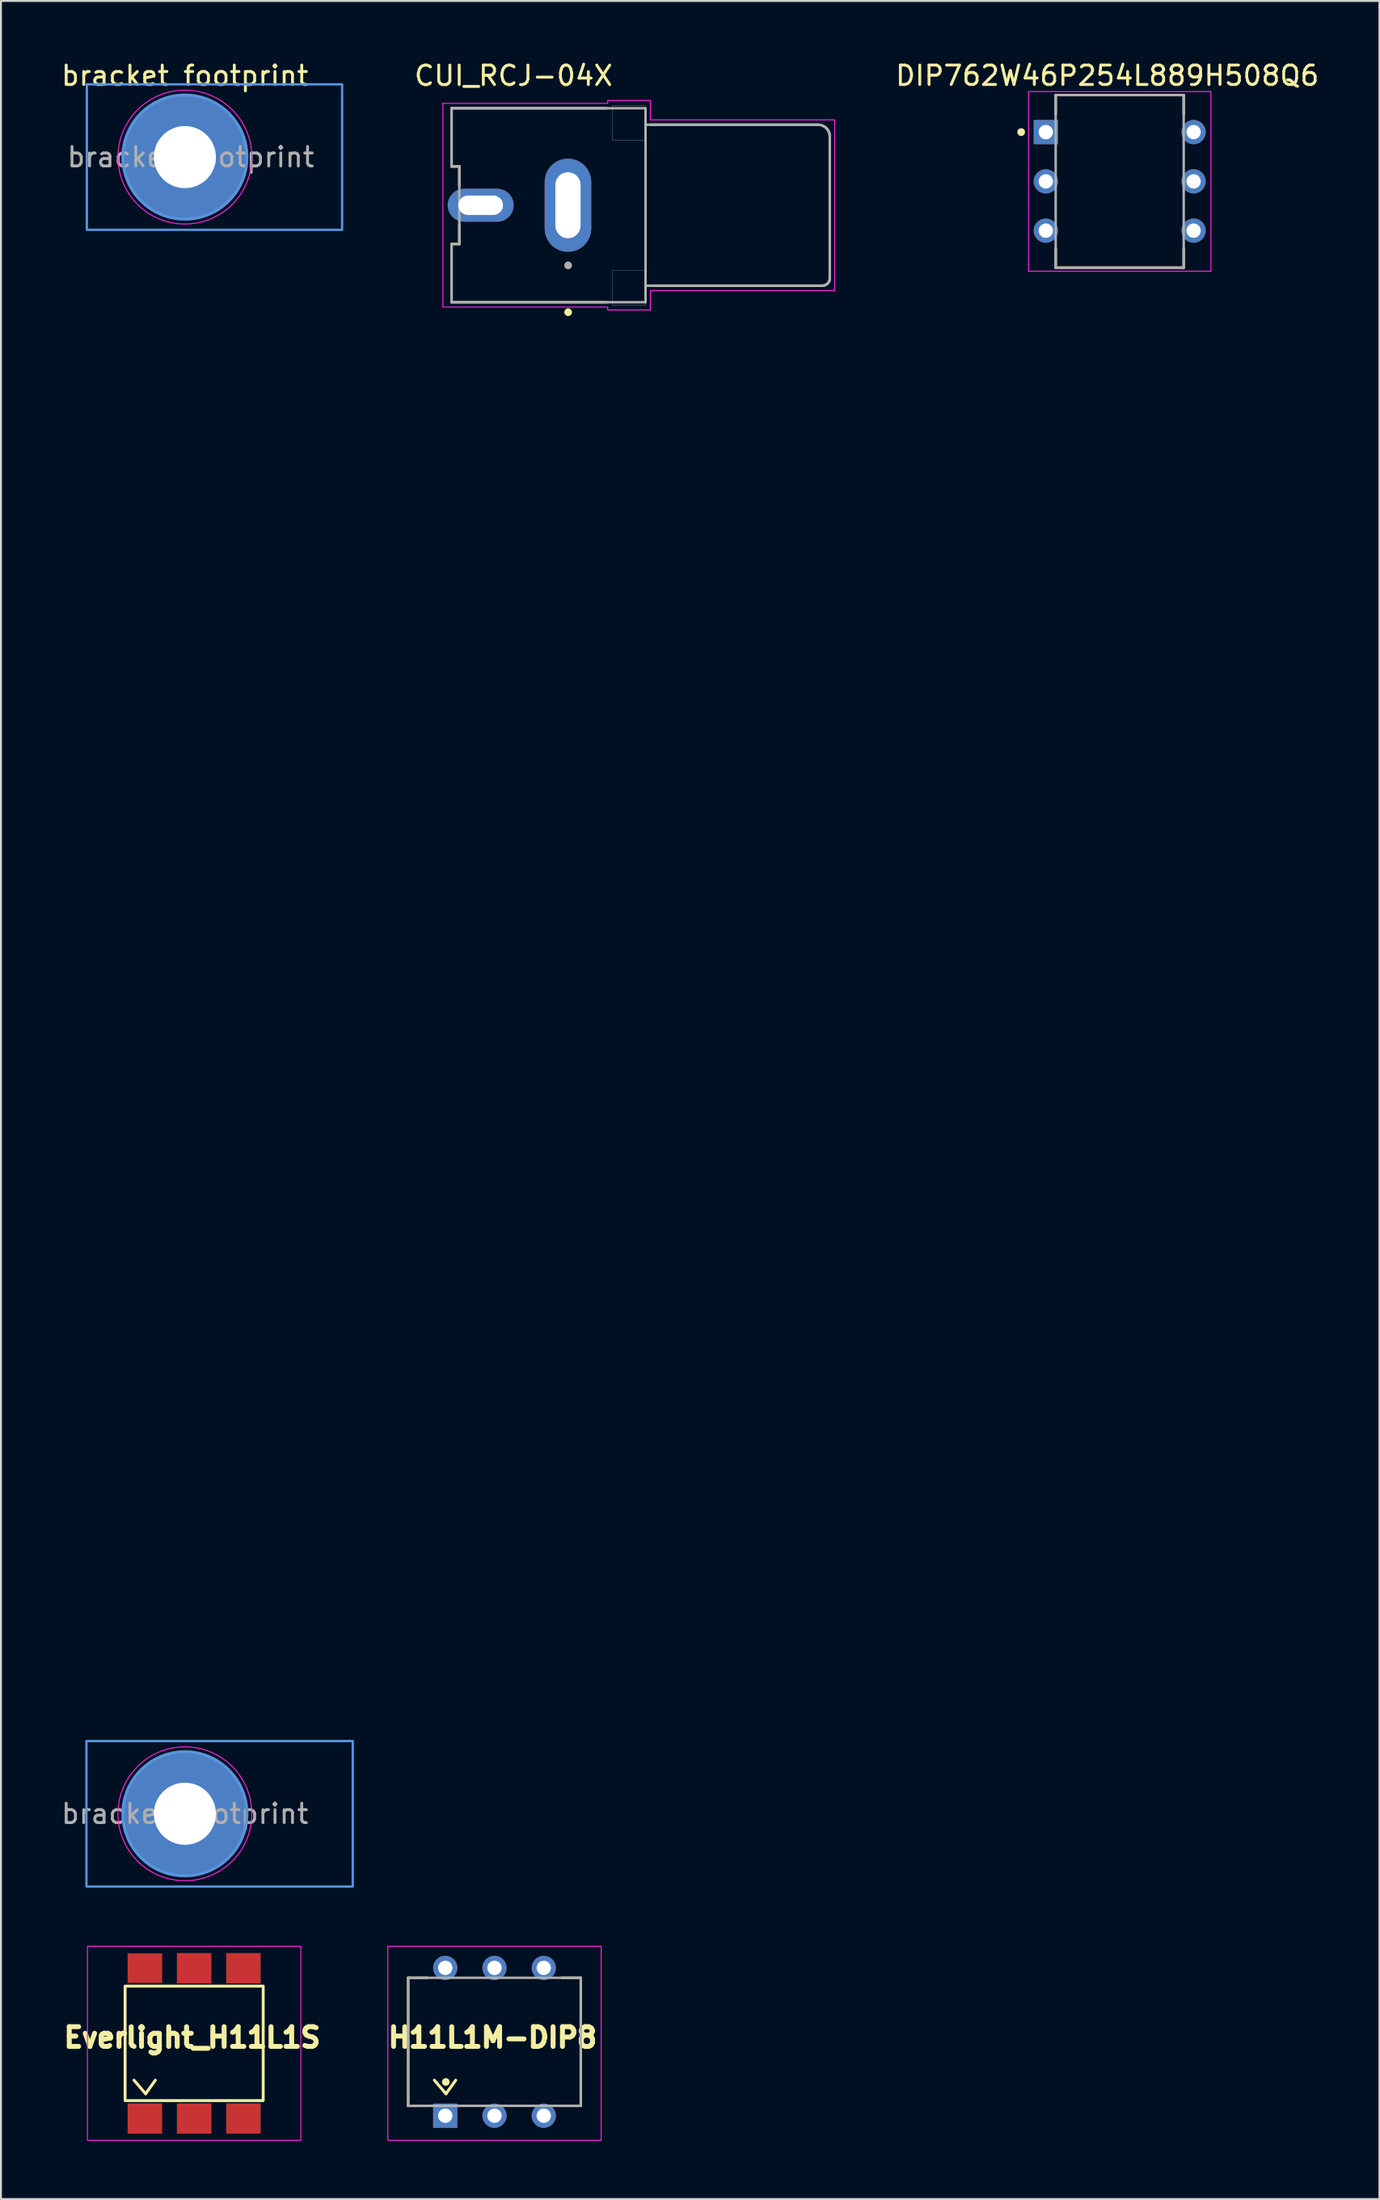
<source format=kicad_pcb>
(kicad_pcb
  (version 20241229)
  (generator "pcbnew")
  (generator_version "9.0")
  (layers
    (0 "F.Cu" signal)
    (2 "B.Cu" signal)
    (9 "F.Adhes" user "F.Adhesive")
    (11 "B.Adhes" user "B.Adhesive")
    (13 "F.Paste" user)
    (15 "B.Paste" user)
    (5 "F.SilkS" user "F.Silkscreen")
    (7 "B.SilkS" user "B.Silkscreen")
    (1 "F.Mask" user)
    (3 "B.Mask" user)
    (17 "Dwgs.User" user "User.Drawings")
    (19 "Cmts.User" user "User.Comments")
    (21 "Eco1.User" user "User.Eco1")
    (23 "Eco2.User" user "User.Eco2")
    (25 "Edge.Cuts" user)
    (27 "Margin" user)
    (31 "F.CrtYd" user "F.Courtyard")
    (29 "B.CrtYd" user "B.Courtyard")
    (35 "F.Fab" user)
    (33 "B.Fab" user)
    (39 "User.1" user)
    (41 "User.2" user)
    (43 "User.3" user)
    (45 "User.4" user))
  (footprint "Everlight_H11L1S"
    (placed yes)
    (layer "F.Cu")
    (at 6.959 102.283)
    (property "Reference" "Everlight_H11L1S" (at -0.1 -0.3 180) (layer "F.SilkS") (effects (font (size 1.016 1.016) (thickness 0.254))))
    (attr through_hole)
    (fp_line (start -3.1 1.9) (end -2.5 2.6) (stroke (width 0.15) (type solid)) (layer "F.SilkS"))
    (fp_line (start -2.5 2.6) (end -2 1.9) (stroke (width 0.15) (type solid)) (layer "F.SilkS"))
    (fp_poly (pts (xy -3.56 -2.95) (xy -3.56 2.95) (xy 3.56 2.95) (xy 3.56 -2.95)) (stroke (width 0.15) (type solid)) (fill no) (layer "F.SilkS"))
    (fp_rect (start -5.5 -5) (end 5.5 5) (stroke (width 0.05) (type solid)) (fill no) (layer "F.CrtYd"))
    (pad "1" smd rect (at -2.54 3.875) (size 1.78 1.56) (layers "F.Cu" "F.Mask" "F.Paste"))
    (pad "2" smd rect (at 0 3.875) (size 1.78 1.56) (layers "F.Cu" "F.Mask" "F.Paste"))
    (pad "3" smd rect (at 2.54 3.875) (size 1.78 1.56) (layers "F.Cu" "F.Mask" "F.Paste"))
    (pad "4" smd rect (at 2.54 -3.875) (size 1.78 1.56) (layers "F.Cu" "F.Mask" "F.Paste"))
    (pad "5" smd rect (at 0 -3.875) (size 1.78 1.56) (layers "F.Cu" "F.Mask" "F.Paste"))
    (pad "6" smd rect (at -2.54 -3.875) (size 1.78 1.52) (layers "F.Cu" "F.Mask" "F.Paste")))
  (footprint "DIP762W46P254L889H508Q6"
    (layer "F.Cu")
    (at 54.676 6.3)
    (property "Reference" "DIP762W46P254L889H508Q6" (at -0.64 -5.452 0) (layer "F.SilkS") (effects (font (size 1 1) (thickness 0.15))))
    (attr through_hole)
    (fp_line (start -3.3 -4.45) (end 3.3 -4.45) (stroke (width 0.127) (type solid)) (layer "F.SilkS"))
    (fp_line (start -3.3 -3.45) (end -3.3 -4.45) (stroke (width 0.127) (type solid)) (layer "F.SilkS"))
    (fp_line (start -3.3 3.45) (end -3.3 4.45) (stroke (width 0.127) (type solid)) (layer "F.SilkS"))
    (fp_line (start -3.3 4.45) (end 3.3 4.45) (stroke (width 0.127) (type solid)) (layer "F.SilkS"))
    (fp_line (start 3.3 -4.45) (end 3.3 -3.45) (stroke (width 0.127) (type solid)) (layer "F.SilkS"))
    (fp_line (start 3.3 4.45) (end 3.3 3.45) (stroke (width 0.127) (type solid)) (layer "F.SilkS"))
    (fp_circle (center -5.08 -2.54) (end -4.98 -2.54) (stroke (width 0.2) (type solid)) (fill no) (layer "F.SilkS"))
    (fp_line (start -4.7 -4.63) (end -4.7 4.63) (stroke (width 0.05) (type solid)) (layer "F.CrtYd"))
    (fp_line (start -4.7 4.63) (end 4.7 4.63) (stroke (width 0.05) (type solid)) (layer "F.CrtYd"))
    (fp_line (start 4.7 -4.63) (end -4.7 -4.63) (stroke (width 0.05) (type solid)) (layer "F.CrtYd"))
    (fp_line (start 4.7 4.63) (end 4.7 -4.63) (stroke (width 0.05) (type solid)) (layer "F.CrtYd"))
    (fp_line (start -3.3 -4.45) (end 3.3 -4.45) (stroke (width 0.127) (type solid)) (layer "F.Fab"))
    (fp_line (start -3.3 4.45) (end -3.3 -4.45) (stroke (width 0.127) (type solid)) (layer "F.Fab"))
    (fp_line (start 3.3 -4.45) (end 3.3 4.45) (stroke (width 0.127) (type solid)) (layer "F.Fab"))
    (fp_line (start 3.3 4.45) (end -3.3 4.45) (stroke (width 0.127) (type solid)) (layer "F.Fab"))
    (pad "1" thru_hole rect (at -3.81 -2.54) (size 1.248 1.248) (drill 0.74) (layers "*.Cu" "*.Mask"))
    (pad "2" thru_hole circle (at -3.81 0) (size 1.248 1.248) (drill 0.74) (layers "*.Cu" "*.Mask"))
    (pad "3" thru_hole circle (at -3.81 2.54) (size 1.248 1.248) (drill 0.74) (layers "*.Cu" "*.Mask"))
    (pad "4" thru_hole circle (at 3.81 2.54) (size 1.248 1.248) (drill 0.74) (layers "*.Cu" "*.Mask"))
    (pad "5" thru_hole circle (at 3.81 0) (size 1.248 1.248) (drill 0.74) (layers "*.Cu" "*.Mask"))
    (pad "6" thru_hole circle (at 3.81 -2.54) (size 1.248 1.248) (drill 0.74) (layers "*.Cu" "*.Mask")))
  (footprint "CUI_RCJ-04X"
    (layer "F.Cu")
    (at 30.231 7.53)
    (property "Reference" "CUI_RCJ-04X" (at -6.806 -6.678 0) (layer "F.SilkS") (effects (font (size 1.006 1.006) (thickness 0.15))))
    (attr through_hole)
    (fp_line (start -10 -5) (end -2 -5) (stroke (width 0.127) (type solid)) (layer "F.SilkS"))
    (fp_line (start -10 -2) (end -10 -5) (stroke (width 0.127) (type solid)) (layer "F.SilkS"))
    (fp_line (start -10 2) (end -9.6 2) (stroke (width 0.127) (type solid)) (layer "F.SilkS"))
    (fp_line (start -10 5) (end -10 2) (stroke (width 0.127) (type solid)) (layer "F.SilkS"))
    (fp_line (start -10 5) (end -2 5) (stroke (width 0.127) (type solid)) (layer "F.SilkS"))
    (fp_line (start -9.6 -2) (end -10 -2) (stroke (width 0.127) (type solid)) (layer "F.SilkS"))
    (fp_line (start -9.6 -1) (end -9.6 -2) (stroke (width 0.127) (type solid)) (layer "F.SilkS"))
    (fp_line (start -9.6 2) (end -9.6 1) (stroke (width 0.127) (type solid)) (layer "F.SilkS"))
    (fp_line (start 0 3) (end 0 -3) (stroke (width 0.127) (type solid)) (layer "F.SilkS"))
    (fp_line (start 0.25 -4.15) (end 8.89 -4.15) (stroke (width 0.127) (type solid)) (layer "F.SilkS"))
    (fp_line (start 9.11 4.15) (end 0.25 4.15) (stroke (width 0.127) (type solid)) (layer "F.SilkS"))
    (fp_line (start 9.5 -3.54) (end 9.5 3.76) (stroke (width 0.127) (type solid)) (layer "F.SilkS"))
    (fp_arc (start 8.89 -4.15) (mid 9.321335 -3.971335) (end 9.5 -3.54) (stroke (width 0.127) (type solid)) (layer "F.SilkS"))
    (fp_arc (start 9.5 3.76) (mid 9.385772 4.035772) (end 9.11 4.15) (stroke (width 0.127) (type solid)) (layer "F.SilkS"))
    (fp_circle (center -3.99 5.513) (end -3.89 5.513) (stroke (width 0.2) (type solid)) (fill no) (layer "F.SilkS"))
    (fp_line (start -1.7 -5.15) (end -1.7 -3.35) (stroke (width 0.01) (type solid)) (layer "Edge.Cuts"))
    (fp_line (start -1.7 -3.35) (end 0 -3.35) (stroke (width 0.01) (type solid)) (layer "Edge.Cuts"))
    (fp_line (start -1.7 3.35) (end -1.7 5.15) (stroke (width 0.01) (type solid)) (layer "Edge.Cuts"))
    (fp_line (start -1.7 5.15) (end 0 5.15) (stroke (width 0.01) (type solid)) (layer "Edge.Cuts"))
    (fp_line (start 0 -5.15) (end -1.7 -5.15) (stroke (width 0.01) (type solid)) (layer "Edge.Cuts"))
    (fp_line (start 0 -3.35) (end 0 -5.15) (stroke (width 0.01) (type solid)) (layer "Edge.Cuts"))
    (fp_line (start 0 3.35) (end -1.7 3.35) (stroke (width 0.01) (type solid)) (layer "Edge.Cuts"))
    (fp_line (start 0 5.15) (end 0 3.35) (stroke (width 0.01) (type solid)) (layer "Edge.Cuts"))
    (fp_line (start -10.45 -5.25) (end -10.45 5.25) (stroke (width 0.05) (type solid)) (layer "F.CrtYd"))
    (fp_line (start -10.45 5.25) (end -1.95 5.25) (stroke (width 0.05) (type solid)) (layer "F.CrtYd"))
    (fp_line (start -1.95 -5.4) (end -1.95 -5.25) (stroke (width 0.05) (type solid)) (layer "F.CrtYd"))
    (fp_line (start -1.95 -5.25) (end -10.45 -5.25) (stroke (width 0.05) (type solid)) (layer "F.CrtYd"))
    (fp_line (start -1.95 5.25) (end -1.95 5.4) (stroke (width 0.05) (type solid)) (layer "F.CrtYd"))
    (fp_line (start -1.95 5.4) (end 0.25 5.4) (stroke (width 0.05) (type solid)) (layer "F.CrtYd"))
    (fp_line (start 0.25 -5.4) (end -1.95 -5.4) (stroke (width 0.05) (type solid)) (layer "F.CrtYd"))
    (fp_line (start 0.25 -4.4) (end 0.25 -5.4) (stroke (width 0.05) (type solid)) (layer "F.CrtYd"))
    (fp_line (start 0.25 4.4) (end 9.75 4.4) (stroke (width 0.05) (type solid)) (layer "F.CrtYd"))
    (fp_line (start 0.25 5.4) (end 0.25 4.4) (stroke (width 0.05) (type solid)) (layer "F.CrtYd"))
    (fp_line (start 9.75 -4.4) (end 0.25 -4.4) (stroke (width 0.05) (type solid)) (layer "F.CrtYd"))
    (fp_line (start 9.75 4.4) (end 9.75 -4.4) (stroke (width 0.05) (type solid)) (layer "F.CrtYd"))
    (fp_line (start -10 -5) (end 0 -5) (stroke (width 0.127) (type solid)) (layer "F.Fab"))
    (fp_line (start -10 -2) (end -10 -5) (stroke (width 0.127) (type solid)) (layer "F.Fab"))
    (fp_line (start -10 2) (end -9.6 2) (stroke (width 0.127) (type solid)) (layer "F.Fab"))
    (fp_line (start -10 5) (end -10 2) (stroke (width 0.127) (type solid)) (layer "F.Fab"))
    (fp_line (start -9.6 -2) (end -10 -2) (stroke (width 0.127) (type solid)) (layer "F.Fab"))
    (fp_line (start -9.6 2) (end -9.6 -2) (stroke (width 0.127) (type solid)) (layer "F.Fab"))
    (fp_line (start 0 -5) (end 0 -4.15) (stroke (width 0.127) (type solid)) (layer "F.Fab"))
    (fp_line (start 0 -4.15) (end 0 4.15) (stroke (width 0.127) (type solid)) (layer "F.Fab"))
    (fp_line (start 0 -4.15) (end 8.91 -4.15) (stroke (width 0.127) (type solid)) (layer "F.Fab"))
    (fp_line (start 0 4.15) (end 0 5) (stroke (width 0.127) (type solid)) (layer "F.Fab"))
    (fp_line (start 0 5) (end -10 5) (stroke (width 0.127) (type solid)) (layer "F.Fab"))
    (fp_line (start 9.11 4.15) (end 0 4.15) (stroke (width 0.127) (type solid)) (layer "F.Fab"))
    (fp_line (start 9.5 -3.56) (end 9.5 3.76) (stroke (width 0.127) (type solid)) (layer "F.Fab"))
    (fp_arc (start 8.91 -4.15) (mid 9.327193 -3.977193) (end 9.5 -3.56) (stroke (width 0.127) (type solid)) (layer "F.Fab"))
    (fp_arc (start 9.5 3.76) (mid 9.385772 4.035772) (end 9.11 4.15) (stroke (width 0.127) (type solid)) (layer "F.Fab"))
    (fp_circle (center -3.99 3.1) (end -3.89 3.1) (stroke (width 0.2) (type solid)) (fill no) (layer "F.Fab"))
    (pad "1" thru_hole oval (at -4 0) (size 2.4 4.8) (drill oval 1.3 3.4) (layers "*.Cu" "*.Mask"))
    (pad "2" thru_hole oval (at -8.5 0) (size 3.4 1.7) (drill oval 2.3 1) (layers "*.Cu" "*.Mask")))
  (footprint "bracket footprint"
    (layer "F.Cu")
    (at 6.482 5.048)
    (property "Reference" "bracket footprint" (at 0 -4.2 0) (layer "F.SilkS") (effects (font (size 1 1) (thickness 0.15))))
    (attr exclude_from_pos_files)
    (fp_rect (start -5.075 81.65) (end 8.655 89.15) (stroke (width 0.12) (type solid)) (fill no) (layer "Cmts.User"))
    (fp_rect (start -5.055 -3.75) (end 8.105 3.75) (stroke (width 0.12) (type solid)) (fill no) (layer "Cmts.User"))
    (fp_circle (center 0 0) (end 3.2 0) (stroke (width 0.15) (type solid)) (fill no) (layer "Cmts.User"))
    (fp_circle (center 0 85.4) (end 3.2 85.4) (stroke (width 0.15) (type solid)) (fill no) (layer "Cmts.User"))
    (fp_rect (start -5.075 -3.75) (end 8.115 3.75) (stroke (width 0.05) (type solid)) (fill no) (layer "F.CrtYd"))
    (fp_rect (start -5.075 81.65) (end 8.655 89.15) (stroke (width 0.05) (type solid)) (fill no) (layer "F.CrtYd"))
    (fp_circle (center 0 0) (end 3.45 0) (stroke (width 0.05) (type solid)) (fill no) (layer "F.CrtYd"))
    (fp_circle (center 0 85.4) (end 3.45 85.4) (stroke (width 0.05) (type solid)) (fill no) (layer "F.CrtYd"))
    (fp_text user "${REFERENCE}" (at 0 85.4 0) (layer "F.Fab") (effects (font (size 1 1) (thickness 0.15))))
    (fp_text user "${REFERENCE}" (at 0.3 0 0) (layer "F.Fab") (effects (font (size 1 1) (thickness 0.15))))
    (pad "1" thru_hole circle (at 0 0) (size 6.4 6.4) (drill 3.2) (layers "*.Cu" "*.Mask"))
    (pad "2" thru_hole circle (at 0 85.4) (size 6.4 6.4) (drill 3.2) (layers "*.Cu" "*.Mask")))
  (footprint "H11L1M-DIP8"
    (placed yes)
    (layer "F.Cu")
    (at 22.444 102.283)
    (property "Reference" "H11L1M-DIP8" (at -0.1 -0.3 180) (layer "F.SilkS") (effects (font (size 1.016 1.016) (thickness 0.254))))
    (attr through_hole)
    (fp_line (start -4.45 -3.38) (end -3.45 -3.38) (stroke (width 0.127) (type solid)) (layer "F.SilkS"))
    (fp_line (start -4.45 3.22) (end -4.45 -3.38) (stroke (width 0.127) (type solid)) (layer "F.SilkS"))
    (fp_line (start -3.45 3.22) (end -4.45 3.22) (stroke (width 0.127) (type solid)) (layer "F.SilkS"))
    (fp_line (start -3.1 1.9) (end -2.5 2.6) (stroke (width 0.15) (type solid)) (layer "F.SilkS"))
    (fp_line (start -2.5 2.6) (end -2 1.9) (stroke (width 0.15) (type solid)) (layer "F.SilkS"))
    (fp_line (start 3.45 3.22) (end 4.45 3.22) (stroke (width 0.127) (type solid)) (layer "F.SilkS"))
    (fp_line (start 4.45 -3.38) (end 3.45 -3.38) (stroke (width 0.127) (type solid)) (layer "F.SilkS"))
    (fp_line (start 4.45 3.22) (end 4.45 -3.38) (stroke (width 0.127) (type solid)) (layer "F.SilkS"))
    (fp_circle (center -2.51 1.99) (end -2.51 1.89) (stroke (width 0.2) (type solid)) (fill no) (layer "F.SilkS"))
    (fp_rect (start -5.5 -5) (end 5.5 5) (stroke (width 0.05) (type solid)) (fill no) (layer "F.CrtYd"))
    (fp_line (start -4.45 -3.38) (end 4.45 -3.38) (stroke (width 0.127) (type solid)) (layer "F.Fab"))
    (fp_line (start -4.45 3.22) (end -4.45 -3.38) (stroke (width 0.127) (type solid)) (layer "F.Fab"))
    (fp_line (start 4.45 -3.38) (end 4.45 3.22) (stroke (width 0.127) (type solid)) (layer "F.Fab"))
    (fp_line (start 4.45 3.22) (end -4.45 3.22) (stroke (width 0.127) (type solid)) (layer "F.Fab"))
    (pad "1" thru_hole rect (at -2.54 3.73 90) (size 1.248 1.248) (drill 0.74) (layers "*.Cu" "*.Mask"))
    (pad "2" thru_hole circle (at 0 3.73 90) (size 1.248 1.248) (drill 0.74) (layers "*.Cu" "*.Mask"))
    (pad "3" thru_hole circle (at 2.54 3.73 90) (size 1.248 1.248) (drill 0.74) (layers "*.Cu" "*.Mask"))
    (pad "4" thru_hole circle (at 2.54 -3.89 90) (size 1.248 1.248) (drill 0.74) (layers "*.Cu" "*.Mask"))
    (pad "5" thru_hole circle (at 0 -3.89 90) (size 1.248 1.248) (drill 0.74) (layers "*.Cu" "*.Mask"))
    (pad "6" thru_hole circle (at -2.54 -3.89 90) (size 1.248 1.248) (drill 0.74) (layers "*.Cu" "*.Mask")))
  (gr_rect
    (start -3 -3)
    (end 68.066 110.308)
    (stroke (width 0.1) (type default))
    (fill no)
    (layer "Edge.Cuts")))
</source>
